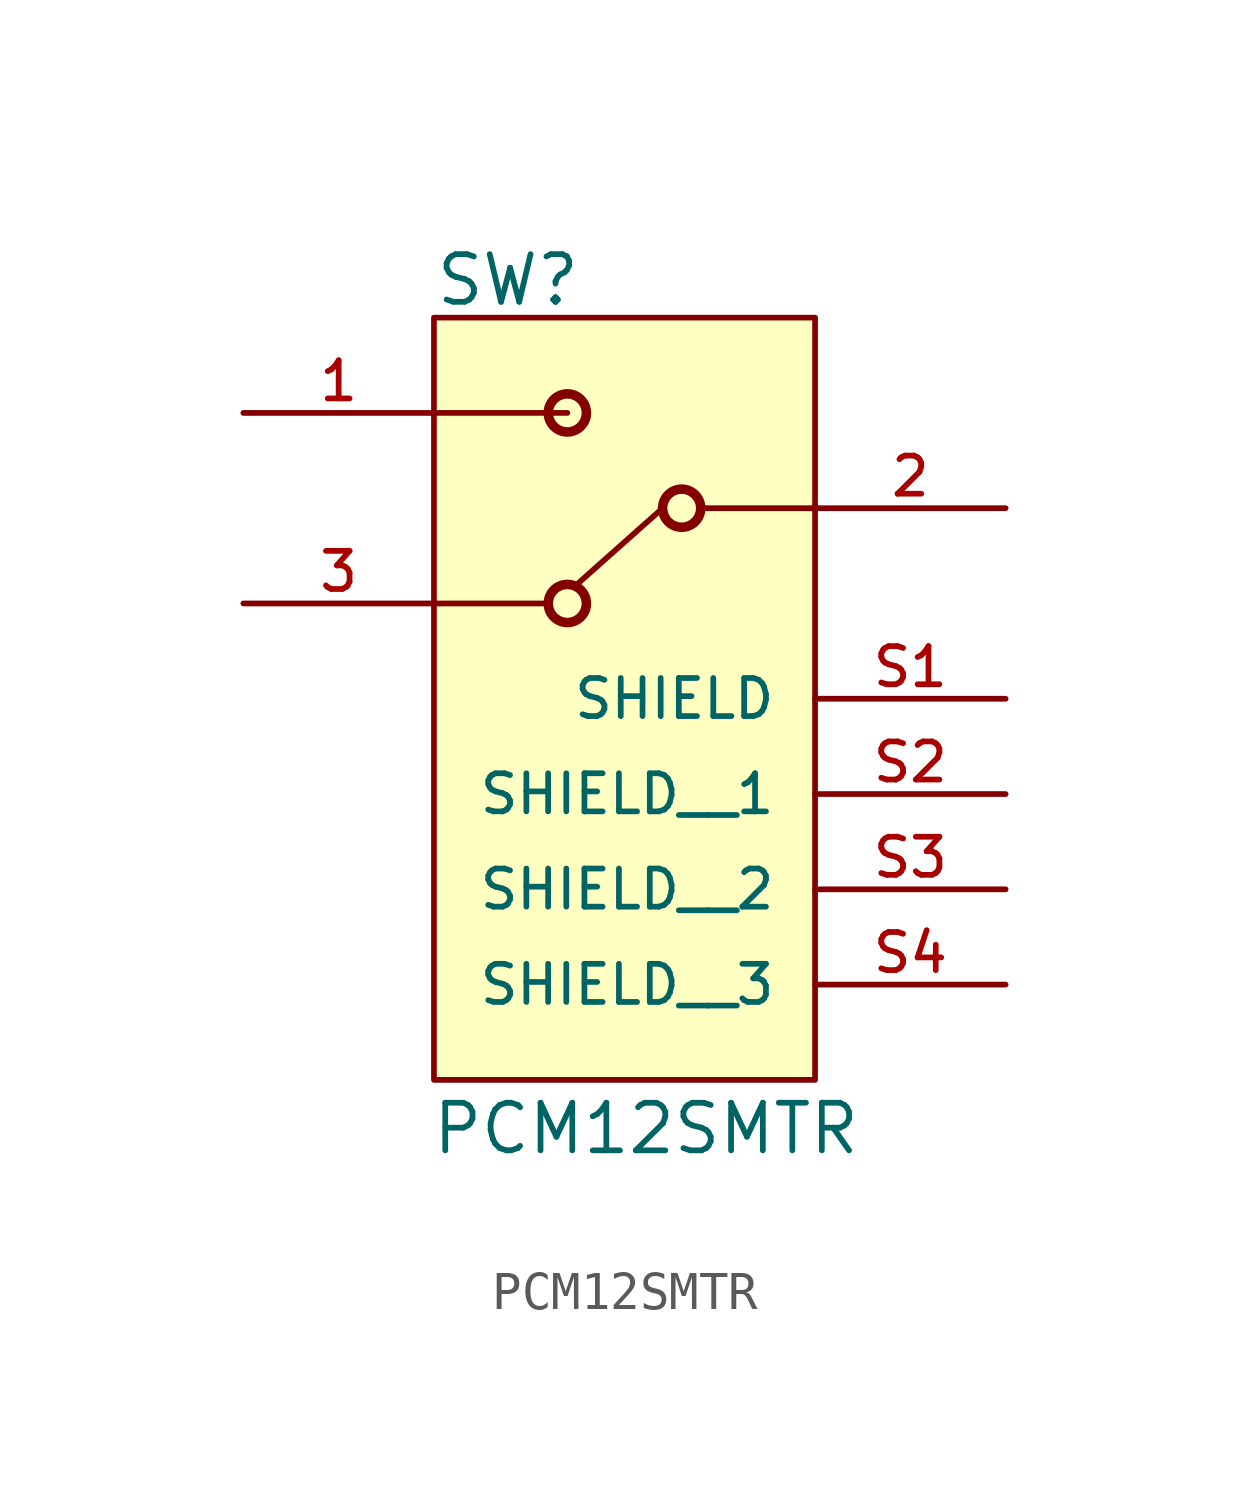
<source format=kicad_sym>
(kicad_symbol_lib
  (version 20211014)
  (generator kicad_symbol_editor)
  (symbol "PCM12SMTR"
    (pin_names
      (offset 1.016))
    (property "Reference" "SW"
      (at -5.084 5.339 0)
      (effects (font (size 1.27 1.27)) (justify bottom left)))
    (property "Value" "PCM12SMTR"
      (at -5.181 -17.282 0)
      (effects (font (size 1.27 1.27)) (justify bottom left)))
    (symbol "PCM12SMTR_0_0"
      (circle (center -1.524 2.54) (radius 0.508) (stroke (width 0.254)) (fill (type none)))
      (circle (center -1.524 -2.54) (radius 0.508) (stroke (width 0.254)) (fill (type none)))
      (circle (center 1.524 0.0) (radius 0.508) (stroke (width 0.254)) (fill (type none)))
      (polyline (pts (xy -5.08 2.54) (xy -1.524 2.54)) (stroke (width 0.152)))
      (polyline (pts (xy -5.08 -2.54) (xy -2.032 -2.54)) (stroke (width 0.152)))
      (polyline (pts (xy 2.032 0.0) (xy 5.08 0.0)) (stroke (width 0.152)))
      (polyline (pts (xy 1.016 0.0) (xy -1.27 -2.032)) (stroke (width 0.152)))
      (rectangle (start -5.08 -15.24) (end 5.08 5.08) (stroke (width 0.152)) (fill (type background)))
      (pin passive line (at -10.16 2.54 0) (length 5.08) (name "~" (effects (font (size 1.016 1.016)))) (number "1" (effects (font (size 1.016 1.016)))))
      (pin passive line (at -10.16 -2.54 0) (length 5.08) (name "~" (effects (font (size 1.016 1.016)))) (number "3" (effects (font (size 1.016 1.016)))))
      (pin passive line (at 10.16 0.0 180.0) (length 5.08) (name "~" (effects (font (size 1.016 1.016)))) (number "2" (effects (font (size 1.016 1.016)))))
      (pin passive line (at 10.16 -5.08 180.0) (length 5.08) (name "SHIELD" (effects (font (size 1.016 1.016)))) (number "S1" (effects (font (size 1.016 1.016)))))
      (pin passive line (at 10.16 -7.62 180.0) (length 5.08) (name "SHIELD__1" (effects (font (size 1.016 1.016)))) (number "S2" (effects (font (size 1.016 1.016)))))
      (pin passive line (at 10.16 -10.16 180.0) (length 5.08) (name "SHIELD__2" (effects (font (size 1.016 1.016)))) (number "S3" (effects (font (size 1.016 1.016)))))
      (pin passive line (at 10.16 -12.7 180.0) (length 5.08) (name "SHIELD__3" (effects (font (size 1.016 1.016)))) (number "S4" (effects (font (size 1.016 1.016))))))))
</source>
